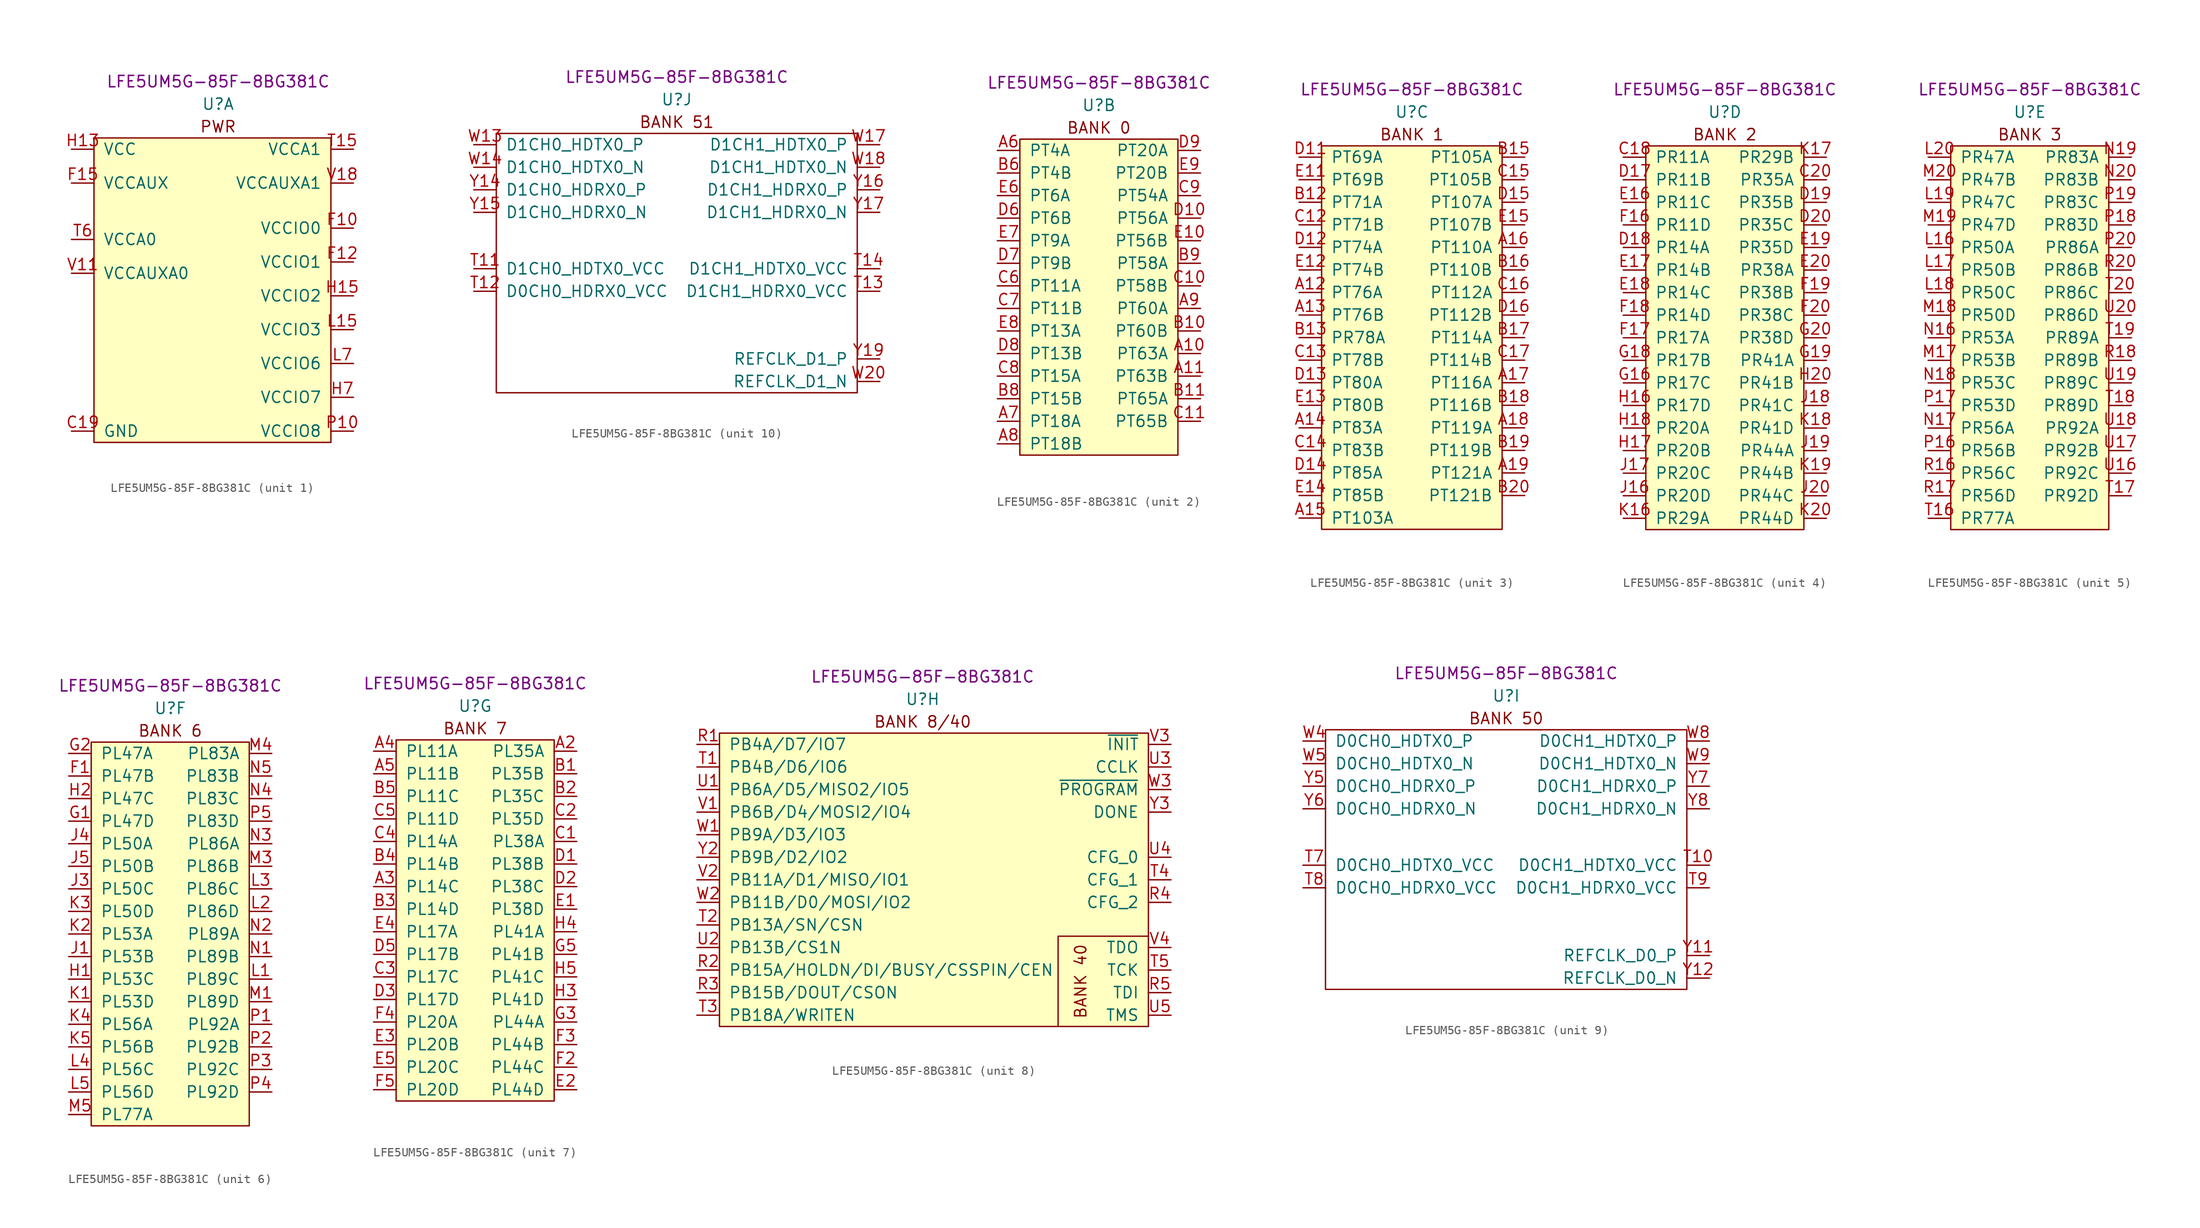
<source format=kicad_sym>
(kicad_symbol_lib
  (version 20211014)
  (generator kicad_symbol_editor)
  (symbol "LFE5UM5G-85F-8BG381C"
    (pin_names
      (offset 1.016))
    (property "Reference" "U"
      (at 0 6.35 0)
      (effects (font (size 1.27 1.27))))
    (property "Value" "LFE5UM5G-85F-8BG381C"
      (at 0 8.89 0)
      (effects (font (size 1.27 1.27))))
    (property "MPN" "LFE5UM5G-85F-8BG381C"
      (at 0 8.89 0)
      (effects (font (size 1.27 1.27))))
    (property "ki_locked" ""
      (at 0 0 0)
      (effects (font (size 1.27 1.27))))
    (symbol "LFE5UM5G-85F-8BG381C_1_0"
      (text "PWR" (at 0 3.81 0) (effects (font (size 1.27 1.27)))))
    (symbol "LFE5UM5G-85F-8BG381C_1_1"
      (rectangle (start -13.97 2.54) (end 12.7 -31.75) (stroke (width 0) (type default) (color 0 0 0 0)) (fill (type background)))
      (pin passive line (at -16.51 -30.48 0) (length 2.54) hide (name "GND" (effects (font (size 1.27 1.27)))) (number "B14" (effects (font (size 1.27 1.27)))))
      (pin passive line (at -16.51 -30.48 0) (length 2.54) hide (name "GND" (effects (font (size 1.27 1.27)))) (number "B7" (effects (font (size 1.27 1.27)))))
      (pin passive line (at -16.51 -30.48 0) (length 2.54) (name "GND" (effects (font (size 1.27 1.27)))) (number "C19" (effects (font (size 1.27 1.27)))))
      (pin passive line (at -16.51 -30.48 0) (length 2.54) hide (name "GND" (effects (font (size 1.27 1.27)))) (number "D4" (effects (font (size 1.27 1.27)))))
      (pin power_in line (at 15.24 -7.62 180) (length 2.54) (name "VCCIO0" (effects (font (size 1.27 1.27)))) (number "F10" (effects (font (size 1.27 1.27)))))
      (pin passive line (at 15.24 -11.43 180) (length 2.54) hide (name "VCCIO1" (effects (font (size 1.27 1.27)))) (number "F11" (effects (font (size 1.27 1.27)))))
      (pin power_in line (at 15.24 -11.43 180) (length 2.54) (name "VCCIO1" (effects (font (size 1.27 1.27)))) (number "F12" (effects (font (size 1.27 1.27)))))
      (pin passive line (at -16.51 -30.48 0) (length 2.54) hide (name "GND" (effects (font (size 1.27 1.27)))) (number "F13" (effects (font (size 1.27 1.27)))))
      (pin passive line (at -16.51 -30.48 0) (length 2.54) hide (name "GND" (effects (font (size 1.27 1.27)))) (number "F14" (effects (font (size 1.27 1.27)))))
      (pin power_in line (at -16.51 -2.54 0) (length 2.54) (name "VCCAUX" (effects (font (size 1.27 1.27)))) (number "F15" (effects (font (size 1.27 1.27)))))
      (pin passive line (at -16.51 -2.54 0) (length 2.54) hide (name "VCCAUX" (effects (font (size 1.27 1.27)))) (number "F6" (effects (font (size 1.27 1.27)))))
      (pin passive line (at -16.51 -30.48 0) (length 2.54) hide (name "GND" (effects (font (size 1.27 1.27)))) (number "F7" (effects (font (size 1.27 1.27)))))
      (pin passive line (at -16.51 -30.48 0) (length 2.54) hide (name "GND" (effects (font (size 1.27 1.27)))) (number "F8" (effects (font (size 1.27 1.27)))))
      (pin passive line (at 15.24 -7.62 180) (length 2.54) hide (name "VCCIO0" (effects (font (size 1.27 1.27)))) (number "F9" (effects (font (size 1.27 1.27)))))
      (pin passive line (at -16.51 -30.48 0) (length 2.54) hide (name "GND" (effects (font (size 1.27 1.27)))) (number "G10" (effects (font (size 1.27 1.27)))))
      (pin passive line (at -16.51 -30.48 0) (length 2.54) hide (name "GND" (effects (font (size 1.27 1.27)))) (number "G11" (effects (font (size 1.27 1.27)))))
      (pin passive line (at -16.51 -30.48 0) (length 2.54) hide (name "GND" (effects (font (size 1.27 1.27)))) (number "G12" (effects (font (size 1.27 1.27)))))
      (pin passive line (at -16.51 -30.48 0) (length 2.54) hide (name "GND" (effects (font (size 1.27 1.27)))) (number "G13" (effects (font (size 1.27 1.27)))))
      (pin passive line (at -16.51 -30.48 0) (length 2.54) hide (name "GND" (effects (font (size 1.27 1.27)))) (number "G14" (effects (font (size 1.27 1.27)))))
      (pin passive line (at -16.51 -30.48 0) (length 2.54) hide (name "GND" (effects (font (size 1.27 1.27)))) (number "G15" (effects (font (size 1.27 1.27)))))
      (pin passive line (at -16.51 -30.48 0) (length 2.54) hide (name "GND" (effects (font (size 1.27 1.27)))) (number "G17" (effects (font (size 1.27 1.27)))))
      (pin passive line (at -16.51 -30.48 0) (length 2.54) hide (name "GND" (effects (font (size 1.27 1.27)))) (number "G4" (effects (font (size 1.27 1.27)))))
      (pin passive line (at -16.51 -30.48 0) (length 2.54) hide (name "GND" (effects (font (size 1.27 1.27)))) (number "G6" (effects (font (size 1.27 1.27)))))
      (pin passive line (at -16.51 -30.48 0) (length 2.54) hide (name "GND" (effects (font (size 1.27 1.27)))) (number "G7" (effects (font (size 1.27 1.27)))))
      (pin passive line (at -16.51 -30.48 0) (length 2.54) hide (name "GND" (effects (font (size 1.27 1.27)))) (number "G8" (effects (font (size 1.27 1.27)))))
      (pin passive line (at -16.51 -30.48 0) (length 2.54) hide (name "GND" (effects (font (size 1.27 1.27)))) (number "G9" (effects (font (size 1.27 1.27)))))
      (pin passive line (at -16.51 1.27 0) (length 2.54) hide (name "VCC" (effects (font (size 1.27 1.27)))) (number "H10" (effects (font (size 1.27 1.27)))))
      (pin passive line (at -16.51 1.27 0) (length 2.54) hide (name "VCC" (effects (font (size 1.27 1.27)))) (number "H11" (effects (font (size 1.27 1.27)))))
      (pin passive line (at -16.51 1.27 0) (length 2.54) hide (name "VCC" (effects (font (size 1.27 1.27)))) (number "H12" (effects (font (size 1.27 1.27)))))
      (pin power_in line (at -16.51 1.27 0) (length 2.54) (name "VCC" (effects (font (size 1.27 1.27)))) (number "H13" (effects (font (size 1.27 1.27)))))
      (pin passive line (at 15.24 -15.24 180) (length 2.54) hide (name "VCCIO2" (effects (font (size 1.27 1.27)))) (number "H14" (effects (font (size 1.27 1.27)))))
      (pin power_in line (at 15.24 -15.24 180) (length 2.54) (name "VCCIO2" (effects (font (size 1.27 1.27)))) (number "H15" (effects (font (size 1.27 1.27)))))
      (pin passive line (at -16.51 -30.48 0) (length 2.54) hide (name "GND" (effects (font (size 1.27 1.27)))) (number "H19" (effects (font (size 1.27 1.27)))))
      (pin passive line (at 15.24 -26.67 180) (length 2.54) hide (name "VCCIO7" (effects (font (size 1.27 1.27)))) (number "H6" (effects (font (size 1.27 1.27)))))
      (pin power_in line (at 15.24 -26.67 180) (length 2.54) (name "VCCIO7" (effects (font (size 1.27 1.27)))) (number "H7" (effects (font (size 1.27 1.27)))))
      (pin passive line (at -16.51 1.27 0) (length 2.54) hide (name "VCC" (effects (font (size 1.27 1.27)))) (number "H8" (effects (font (size 1.27 1.27)))))
      (pin passive line (at -16.51 1.27 0) (length 2.54) hide (name "VCC" (effects (font (size 1.27 1.27)))) (number "H9" (effects (font (size 1.27 1.27)))))
      (pin passive line (at -16.51 -30.48 0) (length 2.54) hide (name "GND" (effects (font (size 1.27 1.27)))) (number "J10" (effects (font (size 1.27 1.27)))))
      (pin passive line (at -16.51 -30.48 0) (length 2.54) hide (name "GND" (effects (font (size 1.27 1.27)))) (number "J11" (effects (font (size 1.27 1.27)))))
      (pin passive line (at -16.51 -30.48 0) (length 2.54) hide (name "GND" (effects (font (size 1.27 1.27)))) (number "J12" (effects (font (size 1.27 1.27)))))
      (pin passive line (at -16.51 1.27 0) (length 2.54) hide (name "VCC" (effects (font (size 1.27 1.27)))) (number "J13" (effects (font (size 1.27 1.27)))))
      (pin passive line (at -16.51 -30.48 0) (length 2.54) hide (name "GND" (effects (font (size 1.27 1.27)))) (number "J14" (effects (font (size 1.27 1.27)))))
      (pin passive line (at 15.24 -15.24 180) (length 2.54) hide (name "VCCIO2" (effects (font (size 1.27 1.27)))) (number "J15" (effects (font (size 1.27 1.27)))))
      (pin passive line (at -16.51 -30.48 0) (length 2.54) hide (name "GND" (effects (font (size 1.27 1.27)))) (number "J2" (effects (font (size 1.27 1.27)))))
      (pin passive line (at 15.24 -26.67 180) (length 2.54) hide (name "VCCIO7" (effects (font (size 1.27 1.27)))) (number "J6" (effects (font (size 1.27 1.27)))))
      (pin passive line (at -16.51 -30.48 0) (length 2.54) hide (name "GND" (effects (font (size 1.27 1.27)))) (number "J7" (effects (font (size 1.27 1.27)))))
      (pin passive line (at -16.51 1.27 0) (length 2.54) hide (name "VCC" (effects (font (size 1.27 1.27)))) (number "J8" (effects (font (size 1.27 1.27)))))
      (pin passive line (at -16.51 -30.48 0) (length 2.54) hide (name "GND" (effects (font (size 1.27 1.27)))) (number "J9" (effects (font (size 1.27 1.27)))))
      (pin passive line (at -16.51 -30.48 0) (length 2.54) hide (name "GND" (effects (font (size 1.27 1.27)))) (number "K10" (effects (font (size 1.27 1.27)))))
      (pin passive line (at -16.51 -30.48 0) (length 2.54) hide (name "GND" (effects (font (size 1.27 1.27)))) (number "K11" (effects (font (size 1.27 1.27)))))
      (pin passive line (at -16.51 -30.48 0) (length 2.54) hide (name "GND" (effects (font (size 1.27 1.27)))) (number "K12" (effects (font (size 1.27 1.27)))))
      (pin passive line (at -16.51 1.27 0) (length 2.54) hide (name "VCC" (effects (font (size 1.27 1.27)))) (number "K13" (effects (font (size 1.27 1.27)))))
      (pin passive line (at -16.51 -30.48 0) (length 2.54) hide (name "GND" (effects (font (size 1.27 1.27)))) (number "K14" (effects (font (size 1.27 1.27)))))
      (pin passive line (at -16.51 -30.48 0) (length 2.54) hide (name "GND" (effects (font (size 1.27 1.27)))) (number "K15" (effects (font (size 1.27 1.27)))))
      (pin passive line (at -16.51 -30.48 0) (length 2.54) hide (name "GND" (effects (font (size 1.27 1.27)))) (number "K6" (effects (font (size 1.27 1.27)))))
      (pin passive line (at -16.51 -30.48 0) (length 2.54) hide (name "GND" (effects (font (size 1.27 1.27)))) (number "K7" (effects (font (size 1.27 1.27)))))
      (pin passive line (at -16.51 1.27 0) (length 2.54) hide (name "VCC" (effects (font (size 1.27 1.27)))) (number "K8" (effects (font (size 1.27 1.27)))))
      (pin passive line (at -16.51 -30.48 0) (length 2.54) hide (name "GND" (effects (font (size 1.27 1.27)))) (number "K9" (effects (font (size 1.27 1.27)))))
      (pin passive line (at -16.51 -30.48 0) (length 2.54) hide (name "GND" (effects (font (size 1.27 1.27)))) (number "L10" (effects (font (size 1.27 1.27)))))
      (pin passive line (at -16.51 -30.48 0) (length 2.54) hide (name "GND" (effects (font (size 1.27 1.27)))) (number "L11" (effects (font (size 1.27 1.27)))))
      (pin passive line (at -16.51 -30.48 0) (length 2.54) hide (name "GND" (effects (font (size 1.27 1.27)))) (number "L12" (effects (font (size 1.27 1.27)))))
      (pin passive line (at -16.51 1.27 0) (length 2.54) hide (name "VCC" (effects (font (size 1.27 1.27)))) (number "L13" (effects (font (size 1.27 1.27)))))
      (pin passive line (at 15.24 -19.05 180) (length 2.54) hide (name "VCCIO3" (effects (font (size 1.27 1.27)))) (number "L14" (effects (font (size 1.27 1.27)))))
      (pin power_in line (at 15.24 -19.05 180) (length 2.54) (name "VCCIO3" (effects (font (size 1.27 1.27)))) (number "L15" (effects (font (size 1.27 1.27)))))
      (pin passive line (at 15.24 -22.86 180) (length 2.54) hide (name "VCCIO6" (effects (font (size 1.27 1.27)))) (number "L6" (effects (font (size 1.27 1.27)))))
      (pin power_in line (at 15.24 -22.86 180) (length 2.54) (name "VCCIO6" (effects (font (size 1.27 1.27)))) (number "L7" (effects (font (size 1.27 1.27)))))
      (pin passive line (at -16.51 1.27 0) (length 2.54) hide (name "VCC" (effects (font (size 1.27 1.27)))) (number "L8" (effects (font (size 1.27 1.27)))))
      (pin passive line (at -16.51 -30.48 0) (length 2.54) hide (name "GND" (effects (font (size 1.27 1.27)))) (number "L9" (effects (font (size 1.27 1.27)))))
      (pin passive line (at -16.51 -30.48 0) (length 2.54) hide (name "GND" (effects (font (size 1.27 1.27)))) (number "M10" (effects (font (size 1.27 1.27)))))
      (pin passive line (at -16.51 -30.48 0) (length 2.54) hide (name "GND" (effects (font (size 1.27 1.27)))) (number "M11" (effects (font (size 1.27 1.27)))))
      (pin passive line (at -16.51 -30.48 0) (length 2.54) hide (name "GND" (effects (font (size 1.27 1.27)))) (number "M12" (effects (font (size 1.27 1.27)))))
      (pin passive line (at -16.51 1.27 0) (length 2.54) hide (name "VCC" (effects (font (size 1.27 1.27)))) (number "M13" (effects (font (size 1.27 1.27)))))
      (pin passive line (at -16.51 -30.48 0) (length 2.54) hide (name "GND" (effects (font (size 1.27 1.27)))) (number "M14" (effects (font (size 1.27 1.27)))))
      (pin passive line (at 15.24 -19.05 180) (length 2.54) hide (name "VCCIO3" (effects (font (size 1.27 1.27)))) (number "M15" (effects (font (size 1.27 1.27)))))
      (pin passive line (at -16.51 -30.48 0) (length 2.54) hide (name "GND" (effects (font (size 1.27 1.27)))) (number "M16" (effects (font (size 1.27 1.27)))))
      (pin passive line (at -16.51 -30.48 0) (length 2.54) hide (name "GND" (effects (font (size 1.27 1.27)))) (number "M2" (effects (font (size 1.27 1.27)))))
      (pin passive line (at 15.24 -22.86 180) (length 2.54) hide (name "VCCIO6" (effects (font (size 1.27 1.27)))) (number "M6" (effects (font (size 1.27 1.27)))))
      (pin passive line (at -16.51 -30.48 0) (length 2.54) hide (name "GND" (effects (font (size 1.27 1.27)))) (number "M7" (effects (font (size 1.27 1.27)))))
      (pin passive line (at -16.51 1.27 0) (length 2.54) hide (name "VCC" (effects (font (size 1.27 1.27)))) (number "M8" (effects (font (size 1.27 1.27)))))
      (pin passive line (at -16.51 -30.48 0) (length 2.54) hide (name "GND" (effects (font (size 1.27 1.27)))) (number "M9" (effects (font (size 1.27 1.27)))))
      (pin passive line (at -16.51 1.27 0) (length 2.54) hide (name "VCC" (effects (font (size 1.27 1.27)))) (number "N10" (effects (font (size 1.27 1.27)))))
      (pin passive line (at -16.51 1.27 0) (length 2.54) hide (name "VCC" (effects (font (size 1.27 1.27)))) (number "N11" (effects (font (size 1.27 1.27)))))
      (pin passive line (at -16.51 1.27 0) (length 2.54) hide (name "VCC" (effects (font (size 1.27 1.27)))) (number "N12" (effects (font (size 1.27 1.27)))))
      (pin passive line (at -16.51 1.27 0) (length 2.54) hide (name "VCC" (effects (font (size 1.27 1.27)))) (number "N13" (effects (font (size 1.27 1.27)))))
      (pin passive line (at -16.51 -30.48 0) (length 2.54) hide (name "GND" (effects (font (size 1.27 1.27)))) (number "N14" (effects (font (size 1.27 1.27)))))
      (pin passive line (at -16.51 -30.48 0) (length 2.54) hide (name "GND" (effects (font (size 1.27 1.27)))) (number "N15" (effects (font (size 1.27 1.27)))))
      (pin passive line (at -16.51 -30.48 0) (length 2.54) hide (name "GND" (effects (font (size 1.27 1.27)))) (number "N6" (effects (font (size 1.27 1.27)))))
      (pin passive line (at -16.51 -30.48 0) (length 2.54) hide (name "GND" (effects (font (size 1.27 1.27)))) (number "N7" (effects (font (size 1.27 1.27)))))
      (pin passive line (at -16.51 1.27 0) (length 2.54) hide (name "VCC" (effects (font (size 1.27 1.27)))) (number "N8" (effects (font (size 1.27 1.27)))))
      (pin passive line (at -16.51 1.27 0) (length 2.54) hide (name "VCC" (effects (font (size 1.27 1.27)))) (number "N9" (effects (font (size 1.27 1.27)))))
      (pin power_in line (at 15.24 -30.48 180) (length 2.54) (name "VCCIO8" (effects (font (size 1.27 1.27)))) (number "P10" (effects (font (size 1.27 1.27)))))
      (pin passive line (at -16.51 -30.48 0) (length 2.54) hide (name "GND" (effects (font (size 1.27 1.27)))) (number "P11" (effects (font (size 1.27 1.27)))))
      (pin passive line (at -16.51 -30.48 0) (length 2.54) hide (name "GND" (effects (font (size 1.27 1.27)))) (number "P12" (effects (font (size 1.27 1.27)))))
      (pin passive line (at -16.51 -30.48 0) (length 2.54) hide (name "GND" (effects (font (size 1.27 1.27)))) (number "P13" (effects (font (size 1.27 1.27)))))
      (pin passive line (at -16.51 -30.48 0) (length 2.54) hide (name "GND" (effects (font (size 1.27 1.27)))) (number "P14" (effects (font (size 1.27 1.27)))))
      (pin passive line (at -16.51 -2.54 0) (length 2.54) hide (name "VCCAUX" (effects (font (size 1.27 1.27)))) (number "P15" (effects (font (size 1.27 1.27)))))
      (pin passive line (at -16.51 -2.54 0) (length 2.54) hide (name "VCCAUX" (effects (font (size 1.27 1.27)))) (number "P6" (effects (font (size 1.27 1.27)))))
      (pin passive line (at -16.51 -30.48 0) (length 2.54) hide (name "GND" (effects (font (size 1.27 1.27)))) (number "P7" (effects (font (size 1.27 1.27)))))
      (pin passive line (at -16.51 -30.48 0) (length 2.54) hide (name "GND" (effects (font (size 1.27 1.27)))) (number "P8" (effects (font (size 1.27 1.27)))))
      (pin passive line (at 15.24 -30.48 180) (length 2.54) hide (name "VCCIO8" (effects (font (size 1.27 1.27)))) (number "P9" (effects (font (size 1.27 1.27)))))
      (pin passive line (at -16.51 -30.48 0) (length 2.54) hide (name "GND" (effects (font (size 1.27 1.27)))) (number "R19" (effects (font (size 1.27 1.27)))))
      (pin power_in line (at 15.24 1.27 180) (length 2.54) (name "VCCA1" (effects (font (size 1.27 1.27)))) (number "T15" (effects (font (size 1.27 1.27)))))
      (pin power_in line (at -16.51 -8.89 0) (length 2.54) (name "VCCA0" (effects (font (size 1.27 1.27)))) (number "T6" (effects (font (size 1.27 1.27)))))
      (pin passive line (at -16.51 -30.48 0) (length 2.54) hide (name "GND" (effects (font (size 1.27 1.27)))) (number "U10" (effects (font (size 1.27 1.27)))))
      (pin passive line (at -16.51 -30.48 0) (length 2.54) hide (name "GND" (effects (font (size 1.27 1.27)))) (number "U11" (effects (font (size 1.27 1.27)))))
      (pin passive line (at -16.51 -30.48 0) (length 2.54) hide (name "GND" (effects (font (size 1.27 1.27)))) (number "U12" (effects (font (size 1.27 1.27)))))
      (pin passive line (at -16.51 -30.48 0) (length 2.54) hide (name "GND" (effects (font (size 1.27 1.27)))) (number "U13" (effects (font (size 1.27 1.27)))))
      (pin passive line (at -16.51 -30.48 0) (length 2.54) hide (name "GND" (effects (font (size 1.27 1.27)))) (number "U14" (effects (font (size 1.27 1.27)))))
      (pin passive line (at 15.24 1.27 180) (length 2.54) hide (name "VCCA1" (effects (font (size 1.27 1.27)))) (number "U15" (effects (font (size 1.27 1.27)))))
      (pin passive line (at -16.51 -8.89 0) (length 2.54) hide (name "VCCA0" (effects (font (size 1.27 1.27)))) (number "U6" (effects (font (size 1.27 1.27)))))
      (pin passive line (at -16.51 -30.48 0) (length 2.54) hide (name "GND" (effects (font (size 1.27 1.27)))) (number "U7" (effects (font (size 1.27 1.27)))))
      (pin passive line (at -16.51 -30.48 0) (length 2.54) hide (name "GND" (effects (font (size 1.27 1.27)))) (number "U8" (effects (font (size 1.27 1.27)))))
      (pin passive line (at -16.51 -30.48 0) (length 2.54) hide (name "GND" (effects (font (size 1.27 1.27)))) (number "U9" (effects (font (size 1.27 1.27)))))
      (pin passive line (at -16.51 -12.7 0) (length 2.54) hide (name "VCCAUXA0" (effects (font (size 1.27 1.27)))) (number "V10" (effects (font (size 1.27 1.27)))))
      (pin power_in line (at -16.51 -12.7 0) (length 2.54) (name "VCCAUXA0" (effects (font (size 1.27 1.27)))) (number "V11" (effects (font (size 1.27 1.27)))))
      (pin passive line (at -16.51 -30.48 0) (length 2.54) hide (name "GND" (effects (font (size 1.27 1.27)))) (number "V12" (effects (font (size 1.27 1.27)))))
      (pin passive line (at -16.51 -30.48 0) (length 2.54) hide (name "GND" (effects (font (size 1.27 1.27)))) (number "V13" (effects (font (size 1.27 1.27)))))
      (pin passive line (at -16.51 -30.48 0) (length 2.54) hide (name "GND" (effects (font (size 1.27 1.27)))) (number "V14" (effects (font (size 1.27 1.27)))))
      (pin passive line (at -16.51 -30.48 0) (length 2.54) hide (name "GND" (effects (font (size 1.27 1.27)))) (number "V15" (effects (font (size 1.27 1.27)))))
      (pin passive line (at -16.51 -30.48 0) (length 2.54) hide (name "GND" (effects (font (size 1.27 1.27)))) (number "V16" (effects (font (size 1.27 1.27)))))
      (pin passive line (at 15.24 -2.54 180) (length 2.54) hide (name "VCCAUXA1" (effects (font (size 1.27 1.27)))) (number "V17" (effects (font (size 1.27 1.27)))))
      (pin power_in line (at 15.24 -2.54 180) (length 2.54) (name "VCCAUXA1" (effects (font (size 1.27 1.27)))) (number "V18" (effects (font (size 1.27 1.27)))))
      (pin passive line (at -16.51 -30.48 0) (length 2.54) hide (name "GND" (effects (font (size 1.27 1.27)))) (number "V19" (effects (font (size 1.27 1.27)))))
      (pin passive line (at -16.51 -30.48 0) (length 2.54) hide (name "GND" (effects (font (size 1.27 1.27)))) (number "V20" (effects (font (size 1.27 1.27)))))
      (pin passive line (at -16.51 -30.48 0) (length 2.54) hide (name "GND" (effects (font (size 1.27 1.27)))) (number "V5" (effects (font (size 1.27 1.27)))))
      (pin passive line (at -16.51 -30.48 0) (length 2.54) hide (name "GND" (effects (font (size 1.27 1.27)))) (number "V6" (effects (font (size 1.27 1.27)))))
      (pin passive line (at -16.51 -30.48 0) (length 2.54) hide (name "GND" (effects (font (size 1.27 1.27)))) (number "V7" (effects (font (size 1.27 1.27)))))
      (pin passive line (at -16.51 -30.48 0) (length 2.54) hide (name "GND" (effects (font (size 1.27 1.27)))) (number "V8" (effects (font (size 1.27 1.27)))))
      (pin passive line (at -16.51 -30.48 0) (length 2.54) hide (name "GND" (effects (font (size 1.27 1.27)))) (number "V9" (effects (font (size 1.27 1.27)))))
      (pin no_connect non_logic (at -16.51 -22.86 0) (length 2.54) hide (name "RESERVED" (effects (font (size 1.27 1.27)))) (number "W10" (effects (font (size 1.27 1.27)))))
      (pin no_connect non_logic (at -16.51 -20.32 0) (length 2.54) hide (name "RESERVED" (effects (font (size 1.27 1.27)))) (number "W11" (effects (font (size 1.27 1.27)))))
      (pin passive line (at -16.51 -30.48 0) (length 2.54) hide (name "GND" (effects (font (size 1.27 1.27)))) (number "W12" (effects (font (size 1.27 1.27)))))
      (pin passive line (at -16.51 -30.48 0) (length 2.54) hide (name "GND" (effects (font (size 1.27 1.27)))) (number "W15" (effects (font (size 1.27 1.27)))))
      (pin passive line (at -16.51 -30.48 0) (length 2.54) hide (name "GND" (effects (font (size 1.27 1.27)))) (number "W16" (effects (font (size 1.27 1.27)))))
      (pin passive line (at -16.51 -30.48 0) (length 2.54) hide (name "GND" (effects (font (size 1.27 1.27)))) (number "W19" (effects (font (size 1.27 1.27)))))
      (pin passive line (at -16.51 -30.48 0) (length 2.54) hide (name "GND" (effects (font (size 1.27 1.27)))) (number "W6" (effects (font (size 1.27 1.27)))))
      (pin passive line (at -16.51 -30.48 0) (length 2.54) hide (name "GND" (effects (font (size 1.27 1.27)))) (number "W7" (effects (font (size 1.27 1.27))))))
    (symbol "LFE5UM5G-85F-8BG381C_2_0"
      (rectangle (start -8.89 2.54) (end 8.89 -33.02) (stroke (width 0) (type default) (color 0 0 0 0)) (fill (type background)))
      (text "BANK 0" (at 0 3.81 0) (effects (font (size 1.27 1.27)))))
    (symbol "LFE5UM5G-85F-8BG381C_2_1"
      (pin bidirectional line (at 11.43 -21.59 180) (length 2.54) (name "PT63A" (effects (font (size 1.27 1.27)))) (number "A10" (effects (font (size 1.27 1.27)))))
      (pin bidirectional line (at 11.43 -24.13 180) (length 2.54) (name "PT63B" (effects (font (size 1.27 1.27)))) (number "A11" (effects (font (size 1.27 1.27)))))
      (pin bidirectional line (at -11.43 1.27 0) (length 2.54) (name "PT4A" (effects (font (size 1.27 1.27)))) (number "A6" (effects (font (size 1.27 1.27)))))
      (pin bidirectional line (at -11.43 -29.21 0) (length 2.54) (name "PT18A" (effects (font (size 1.27 1.27)))) (number "A7" (effects (font (size 1.27 1.27)))))
      (pin bidirectional line (at -11.43 -31.75 0) (length 2.54) (name "PT18B" (effects (font (size 1.27 1.27)))) (number "A8" (effects (font (size 1.27 1.27)))))
      (pin bidirectional line (at 11.43 -16.51 180) (length 2.54) (name "PT60A" (effects (font (size 1.27 1.27)))) (number "A9" (effects (font (size 1.27 1.27)))))
      (pin bidirectional line (at 11.43 -19.05 180) (length 2.54) (name "PT60B" (effects (font (size 1.27 1.27)))) (number "B10" (effects (font (size 1.27 1.27)))))
      (pin bidirectional line (at 11.43 -26.67 180) (length 2.54) (name "PT65A" (effects (font (size 1.27 1.27)))) (number "B11" (effects (font (size 1.27 1.27)))))
      (pin bidirectional line (at -11.43 -1.27 0) (length 2.54) (name "PT4B" (effects (font (size 1.27 1.27)))) (number "B6" (effects (font (size 1.27 1.27)))))
      (pin bidirectional line (at -11.43 -26.67 0) (length 2.54) (name "PT15B" (effects (font (size 1.27 1.27)))) (number "B8" (effects (font (size 1.27 1.27)))))
      (pin bidirectional line (at 11.43 -11.43 180) (length 2.54) (name "PT58A" (effects (font (size 1.27 1.27)))) (number "B9" (effects (font (size 1.27 1.27)))))
      (pin bidirectional line (at 11.43 -13.97 180) (length 2.54) (name "PT58B" (effects (font (size 1.27 1.27)))) (number "C10" (effects (font (size 1.27 1.27)))))
      (pin bidirectional line (at 11.43 -29.21 180) (length 2.54) (name "PT65B" (effects (font (size 1.27 1.27)))) (number "C11" (effects (font (size 1.27 1.27)))))
      (pin bidirectional line (at -11.43 -13.97 0) (length 2.54) (name "PT11A" (effects (font (size 1.27 1.27)))) (number "C6" (effects (font (size 1.27 1.27)))))
      (pin bidirectional line (at -11.43 -16.51 0) (length 2.54) (name "PT11B" (effects (font (size 1.27 1.27)))) (number "C7" (effects (font (size 1.27 1.27)))))
      (pin bidirectional line (at -11.43 -24.13 0) (length 2.54) (name "PT15A" (effects (font (size 1.27 1.27)))) (number "C8" (effects (font (size 1.27 1.27)))))
      (pin bidirectional line (at 11.43 -3.81 180) (length 2.54) (name "PT54A" (effects (font (size 1.27 1.27)))) (number "C9" (effects (font (size 1.27 1.27)))))
      (pin bidirectional line (at 11.43 -6.35 180) (length 2.54) (name "PT56A" (effects (font (size 1.27 1.27)))) (number "D10" (effects (font (size 1.27 1.27)))))
      (pin bidirectional line (at -11.43 -6.35 0) (length 2.54) (name "PT6B" (effects (font (size 1.27 1.27)))) (number "D6" (effects (font (size 1.27 1.27)))))
      (pin bidirectional line (at -11.43 -11.43 0) (length 2.54) (name "PT9B" (effects (font (size 1.27 1.27)))) (number "D7" (effects (font (size 1.27 1.27)))))
      (pin bidirectional line (at -11.43 -21.59 0) (length 2.54) (name "PT13B" (effects (font (size 1.27 1.27)))) (number "D8" (effects (font (size 1.27 1.27)))))
      (pin bidirectional line (at 11.43 1.27 180) (length 2.54) (name "PT20A" (effects (font (size 1.27 1.27)))) (number "D9" (effects (font (size 1.27 1.27)))))
      (pin bidirectional line (at 11.43 -8.89 180) (length 2.54) (name "PT56B" (effects (font (size 1.27 1.27)))) (number "E10" (effects (font (size 1.27 1.27)))))
      (pin bidirectional line (at -11.43 -3.81 0) (length 2.54) (name "PT6A" (effects (font (size 1.27 1.27)))) (number "E6" (effects (font (size 1.27 1.27)))))
      (pin bidirectional line (at -11.43 -8.89 0) (length 2.54) (name "PT9A" (effects (font (size 1.27 1.27)))) (number "E7" (effects (font (size 1.27 1.27)))))
      (pin bidirectional line (at -11.43 -19.05 0) (length 2.54) (name "PT13A" (effects (font (size 1.27 1.27)))) (number "E8" (effects (font (size 1.27 1.27)))))
      (pin bidirectional line (at 11.43 -1.27 180) (length 2.54) (name "PT20B" (effects (font (size 1.27 1.27)))) (number "E9" (effects (font (size 1.27 1.27))))))
    (symbol "LFE5UM5G-85F-8BG381C_3_0"
      (rectangle (start -10.16 2.54) (end 10.16 -40.64) (stroke (width 0) (type default) (color 0 0 0 0)) (fill (type background)))
      (text "BANK 1" (at 0 3.81 0) (effects (font (size 1.27 1.27)))))
    (symbol "LFE5UM5G-85F-8BG381C_3_1"
      (pin bidirectional line (at -12.7 -13.97 0) (length 2.54) (name "PT76A" (effects (font (size 1.27 1.27)))) (number "A12" (effects (font (size 1.27 1.27)))))
      (pin bidirectional line (at -12.7 -16.51 0) (length 2.54) (name "PT76B" (effects (font (size 1.27 1.27)))) (number "A13" (effects (font (size 1.27 1.27)))))
      (pin bidirectional line (at -12.7 -29.21 0) (length 2.54) (name "PT83A" (effects (font (size 1.27 1.27)))) (number "A14" (effects (font (size 1.27 1.27)))))
      (pin bidirectional line (at -12.7 -39.37 0) (length 2.54) (name "PT103A" (effects (font (size 1.27 1.27)))) (number "A15" (effects (font (size 1.27 1.27)))))
      (pin bidirectional line (at 12.7 -8.89 180) (length 2.54) (name "PT110A" (effects (font (size 1.27 1.27)))) (number "A16" (effects (font (size 1.27 1.27)))))
      (pin bidirectional line (at 12.7 -24.13 180) (length 2.54) (name "PT116A" (effects (font (size 1.27 1.27)))) (number "A17" (effects (font (size 1.27 1.27)))))
      (pin bidirectional line (at 12.7 -29.21 180) (length 2.54) (name "PT119A" (effects (font (size 1.27 1.27)))) (number "A18" (effects (font (size 1.27 1.27)))))
      (pin bidirectional line (at 12.7 -34.29 180) (length 2.54) (name "PT121A" (effects (font (size 1.27 1.27)))) (number "A19" (effects (font (size 1.27 1.27)))))
      (pin bidirectional line (at -12.7 -3.81 0) (length 2.54) (name "PT71A" (effects (font (size 1.27 1.27)))) (number "B12" (effects (font (size 1.27 1.27)))))
      (pin bidirectional line (at -12.7 -19.05 0) (length 2.54) (name "PR78A" (effects (font (size 1.27 1.27)))) (number "B13" (effects (font (size 1.27 1.27)))))
      (pin bidirectional line (at 12.7 1.27 180) (length 2.54) (name "PT105A" (effects (font (size 1.27 1.27)))) (number "B15" (effects (font (size 1.27 1.27)))))
      (pin bidirectional line (at 12.7 -11.43 180) (length 2.54) (name "PT110B" (effects (font (size 1.27 1.27)))) (number "B16" (effects (font (size 1.27 1.27)))))
      (pin bidirectional line (at 12.7 -19.05 180) (length 2.54) (name "PT114A" (effects (font (size 1.27 1.27)))) (number "B17" (effects (font (size 1.27 1.27)))))
      (pin bidirectional line (at 12.7 -26.67 180) (length 2.54) (name "PT116B" (effects (font (size 1.27 1.27)))) (number "B18" (effects (font (size 1.27 1.27)))))
      (pin bidirectional line (at 12.7 -31.75 180) (length 2.54) (name "PT119B" (effects (font (size 1.27 1.27)))) (number "B19" (effects (font (size 1.27 1.27)))))
      (pin bidirectional line (at 12.7 -36.83 180) (length 2.54) (name "PT121B" (effects (font (size 1.27 1.27)))) (number "B20" (effects (font (size 1.27 1.27)))))
      (pin bidirectional line (at -12.7 -6.35 0) (length 2.54) (name "PT71B" (effects (font (size 1.27 1.27)))) (number "C12" (effects (font (size 1.27 1.27)))))
      (pin bidirectional line (at -12.7 -21.59 0) (length 2.54) (name "PT78B" (effects (font (size 1.27 1.27)))) (number "C13" (effects (font (size 1.27 1.27)))))
      (pin bidirectional line (at -12.7 -31.75 0) (length 2.54) (name "PT83B" (effects (font (size 1.27 1.27)))) (number "C14" (effects (font (size 1.27 1.27)))))
      (pin bidirectional line (at 12.7 -1.27 180) (length 2.54) (name "PT105B" (effects (font (size 1.27 1.27)))) (number "C15" (effects (font (size 1.27 1.27)))))
      (pin bidirectional line (at 12.7 -13.97 180) (length 2.54) (name "PT112A" (effects (font (size 1.27 1.27)))) (number "C16" (effects (font (size 1.27 1.27)))))
      (pin bidirectional line (at 12.7 -21.59 180) (length 2.54) (name "PT114B" (effects (font (size 1.27 1.27)))) (number "C17" (effects (font (size 1.27 1.27)))))
      (pin bidirectional line (at -12.7 1.27 0) (length 2.54) (name "PT69A" (effects (font (size 1.27 1.27)))) (number "D11" (effects (font (size 1.27 1.27)))))
      (pin bidirectional line (at -12.7 -8.89 0) (length 2.54) (name "PT74A" (effects (font (size 1.27 1.27)))) (number "D12" (effects (font (size 1.27 1.27)))))
      (pin bidirectional line (at -12.7 -24.13 0) (length 2.54) (name "PT80A" (effects (font (size 1.27 1.27)))) (number "D13" (effects (font (size 1.27 1.27)))))
      (pin bidirectional line (at -12.7 -34.29 0) (length 2.54) (name "PT85A" (effects (font (size 1.27 1.27)))) (number "D14" (effects (font (size 1.27 1.27)))))
      (pin bidirectional line (at 12.7 -3.81 180) (length 2.54) (name "PT107A" (effects (font (size 1.27 1.27)))) (number "D15" (effects (font (size 1.27 1.27)))))
      (pin bidirectional line (at 12.7 -16.51 180) (length 2.54) (name "PT112B" (effects (font (size 1.27 1.27)))) (number "D16" (effects (font (size 1.27 1.27)))))
      (pin bidirectional line (at -12.7 -1.27 0) (length 2.54) (name "PT69B" (effects (font (size 1.27 1.27)))) (number "E11" (effects (font (size 1.27 1.27)))))
      (pin bidirectional line (at -12.7 -11.43 0) (length 2.54) (name "PT74B" (effects (font (size 1.27 1.27)))) (number "E12" (effects (font (size 1.27 1.27)))))
      (pin bidirectional line (at -12.7 -26.67 0) (length 2.54) (name "PT80B" (effects (font (size 1.27 1.27)))) (number "E13" (effects (font (size 1.27 1.27)))))
      (pin bidirectional line (at -12.7 -36.83 0) (length 2.54) (name "PT85B" (effects (font (size 1.27 1.27)))) (number "E14" (effects (font (size 1.27 1.27)))))
      (pin bidirectional line (at 12.7 -6.35 180) (length 2.54) (name "PT107B" (effects (font (size 1.27 1.27)))) (number "E15" (effects (font (size 1.27 1.27))))))
    (symbol "LFE5UM5G-85F-8BG381C_4_0"
      (rectangle (start -8.89 2.54) (end 8.89 -40.64) (stroke (width 0) (type default) (color 0 0 0 0)) (fill (type background)))
      (text "BANK 2" (at 0 3.81 0) (effects (font (size 1.27 1.27)))))
    (symbol "LFE5UM5G-85F-8BG381C_4_1"
      (pin bidirectional line (at -11.43 1.27 0) (length 2.54) (name "PR11A" (effects (font (size 1.27 1.27)))) (number "C18" (effects (font (size 1.27 1.27)))))
      (pin bidirectional line (at 11.43 -1.27 180) (length 2.54) (name "PR35A" (effects (font (size 1.27 1.27)))) (number "C20" (effects (font (size 1.27 1.27)))))
      (pin bidirectional line (at -11.43 -1.27 0) (length 2.54) (name "PR11B" (effects (font (size 1.27 1.27)))) (number "D17" (effects (font (size 1.27 1.27)))))
      (pin bidirectional line (at -11.43 -8.89 0) (length 2.54) (name "PR14A" (effects (font (size 1.27 1.27)))) (number "D18" (effects (font (size 1.27 1.27)))))
      (pin bidirectional line (at 11.43 -3.81 180) (length 2.54) (name "PR35B" (effects (font (size 1.27 1.27)))) (number "D19" (effects (font (size 1.27 1.27)))))
      (pin bidirectional line (at 11.43 -6.35 180) (length 2.54) (name "PR35C" (effects (font (size 1.27 1.27)))) (number "D20" (effects (font (size 1.27 1.27)))))
      (pin bidirectional line (at -11.43 -3.81 0) (length 2.54) (name "PR11C" (effects (font (size 1.27 1.27)))) (number "E16" (effects (font (size 1.27 1.27)))))
      (pin bidirectional line (at -11.43 -11.43 0) (length 2.54) (name "PR14B" (effects (font (size 1.27 1.27)))) (number "E17" (effects (font (size 1.27 1.27)))))
      (pin bidirectional line (at -11.43 -13.97 0) (length 2.54) (name "PR14C" (effects (font (size 1.27 1.27)))) (number "E18" (effects (font (size 1.27 1.27)))))
      (pin bidirectional line (at 11.43 -8.89 180) (length 2.54) (name "PR35D" (effects (font (size 1.27 1.27)))) (number "E19" (effects (font (size 1.27 1.27)))))
      (pin bidirectional line (at 11.43 -11.43 180) (length 2.54) (name "PR38A" (effects (font (size 1.27 1.27)))) (number "E20" (effects (font (size 1.27 1.27)))))
      (pin bidirectional line (at -11.43 -6.35 0) (length 2.54) (name "PR11D" (effects (font (size 1.27 1.27)))) (number "F16" (effects (font (size 1.27 1.27)))))
      (pin bidirectional line (at -11.43 -19.05 0) (length 2.54) (name "PR17A" (effects (font (size 1.27 1.27)))) (number "F17" (effects (font (size 1.27 1.27)))))
      (pin bidirectional line (at -11.43 -16.51 0) (length 2.54) (name "PR14D" (effects (font (size 1.27 1.27)))) (number "F18" (effects (font (size 1.27 1.27)))))
      (pin bidirectional line (at 11.43 -13.97 180) (length 2.54) (name "PR38B" (effects (font (size 1.27 1.27)))) (number "F19" (effects (font (size 1.27 1.27)))))
      (pin bidirectional line (at 11.43 -16.51 180) (length 2.54) (name "PR38C" (effects (font (size 1.27 1.27)))) (number "F20" (effects (font (size 1.27 1.27)))))
      (pin bidirectional line (at -11.43 -24.13 0) (length 2.54) (name "PR17C" (effects (font (size 1.27 1.27)))) (number "G16" (effects (font (size 1.27 1.27)))))
      (pin bidirectional line (at -11.43 -21.59 0) (length 2.54) (name "PR17B" (effects (font (size 1.27 1.27)))) (number "G18" (effects (font (size 1.27 1.27)))))
      (pin bidirectional line (at 11.43 -21.59 180) (length 2.54) (name "PR41A" (effects (font (size 1.27 1.27)))) (number "G19" (effects (font (size 1.27 1.27)))))
      (pin bidirectional line (at 11.43 -19.05 180) (length 2.54) (name "PR38D" (effects (font (size 1.27 1.27)))) (number "G20" (effects (font (size 1.27 1.27)))))
      (pin bidirectional line (at -11.43 -26.67 0) (length 2.54) (name "PR17D" (effects (font (size 1.27 1.27)))) (number "H16" (effects (font (size 1.27 1.27)))))
      (pin bidirectional line (at -11.43 -31.75 0) (length 2.54) (name "PR20B" (effects (font (size 1.27 1.27)))) (number "H17" (effects (font (size 1.27 1.27)))))
      (pin bidirectional line (at -11.43 -29.21 0) (length 2.54) (name "PR20A" (effects (font (size 1.27 1.27)))) (number "H18" (effects (font (size 1.27 1.27)))))
      (pin bidirectional line (at 11.43 -24.13 180) (length 2.54) (name "PR41B" (effects (font (size 1.27 1.27)))) (number "H20" (effects (font (size 1.27 1.27)))))
      (pin bidirectional line (at -11.43 -36.83 0) (length 2.54) (name "PR20D" (effects (font (size 1.27 1.27)))) (number "J16" (effects (font (size 1.27 1.27)))))
      (pin bidirectional line (at -11.43 -34.29 0) (length 2.54) (name "PR20C" (effects (font (size 1.27 1.27)))) (number "J17" (effects (font (size 1.27 1.27)))))
      (pin bidirectional line (at 11.43 -26.67 180) (length 2.54) (name "PR41C" (effects (font (size 1.27 1.27)))) (number "J18" (effects (font (size 1.27 1.27)))))
      (pin bidirectional line (at 11.43 -31.75 180) (length 2.54) (name "PR44A" (effects (font (size 1.27 1.27)))) (number "J19" (effects (font (size 1.27 1.27)))))
      (pin bidirectional line (at 11.43 -36.83 180) (length 2.54) (name "PR44C" (effects (font (size 1.27 1.27)))) (number "J20" (effects (font (size 1.27 1.27)))))
      (pin bidirectional line (at -11.43 -39.37 0) (length 2.54) (name "PR29A" (effects (font (size 1.27 1.27)))) (number "K16" (effects (font (size 1.27 1.27)))))
      (pin bidirectional line (at 11.43 1.27 180) (length 2.54) (name "PR29B" (effects (font (size 1.27 1.27)))) (number "K17" (effects (font (size 1.27 1.27)))))
      (pin bidirectional line (at 11.43 -29.21 180) (length 2.54) (name "PR41D" (effects (font (size 1.27 1.27)))) (number "K18" (effects (font (size 1.27 1.27)))))
      (pin bidirectional line (at 11.43 -34.29 180) (length 2.54) (name "PR44B" (effects (font (size 1.27 1.27)))) (number "K19" (effects (font (size 1.27 1.27)))))
      (pin bidirectional line (at 11.43 -39.37 180) (length 2.54) (name "PR44D" (effects (font (size 1.27 1.27)))) (number "K20" (effects (font (size 1.27 1.27))))))
    (symbol "LFE5UM5G-85F-8BG381C_5_0"
      (rectangle (start -8.89 2.54) (end 8.89 -40.64) (stroke (width 0) (type default) (color 0 0 0 0)) (fill (type background)))
      (text "BANK 3" (at 0 3.81 0) (effects (font (size 1.27 1.27)))))
    (symbol "LFE5UM5G-85F-8BG381C_5_1"
      (pin bidirectional line (at -11.43 -8.89 0) (length 2.54) (name "PR50A" (effects (font (size 1.27 1.27)))) (number "L16" (effects (font (size 1.27 1.27)))))
      (pin bidirectional line (at -11.43 -11.43 0) (length 2.54) (name "PR50B" (effects (font (size 1.27 1.27)))) (number "L17" (effects (font (size 1.27 1.27)))))
      (pin bidirectional line (at -11.43 -13.97 0) (length 2.54) (name "PR50C" (effects (font (size 1.27 1.27)))) (number "L18" (effects (font (size 1.27 1.27)))))
      (pin bidirectional line (at -11.43 -3.81 0) (length 2.54) (name "PR47C" (effects (font (size 1.27 1.27)))) (number "L19" (effects (font (size 1.27 1.27)))))
      (pin bidirectional line (at -11.43 1.27 0) (length 2.54) (name "PR47A" (effects (font (size 1.27 1.27)))) (number "L20" (effects (font (size 1.27 1.27)))))
      (pin bidirectional line (at -11.43 -21.59 0) (length 2.54) (name "PR53B" (effects (font (size 1.27 1.27)))) (number "M17" (effects (font (size 1.27 1.27)))))
      (pin bidirectional line (at -11.43 -16.51 0) (length 2.54) (name "PR50D" (effects (font (size 1.27 1.27)))) (number "M18" (effects (font (size 1.27 1.27)))))
      (pin bidirectional line (at -11.43 -6.35 0) (length 2.54) (name "PR47D" (effects (font (size 1.27 1.27)))) (number "M19" (effects (font (size 1.27 1.27)))))
      (pin bidirectional line (at -11.43 -1.27 0) (length 2.54) (name "PR47B" (effects (font (size 1.27 1.27)))) (number "M20" (effects (font (size 1.27 1.27)))))
      (pin bidirectional line (at -11.43 -19.05 0) (length 2.54) (name "PR53A" (effects (font (size 1.27 1.27)))) (number "N16" (effects (font (size 1.27 1.27)))))
      (pin bidirectional line (at -11.43 -29.21 0) (length 2.54) (name "PR56A" (effects (font (size 1.27 1.27)))) (number "N17" (effects (font (size 1.27 1.27)))))
      (pin bidirectional line (at -11.43 -24.13 0) (length 2.54) (name "PR53C" (effects (font (size 1.27 1.27)))) (number "N18" (effects (font (size 1.27 1.27)))))
      (pin bidirectional line (at 11.43 1.27 180) (length 2.54) (name "PR83A" (effects (font (size 1.27 1.27)))) (number "N19" (effects (font (size 1.27 1.27)))))
      (pin bidirectional line (at 11.43 -1.27 180) (length 2.54) (name "PR83B" (effects (font (size 1.27 1.27)))) (number "N20" (effects (font (size 1.27 1.27)))))
      (pin bidirectional line (at -11.43 -31.75 0) (length 2.54) (name "PR56B" (effects (font (size 1.27 1.27)))) (number "P16" (effects (font (size 1.27 1.27)))))
      (pin bidirectional line (at -11.43 -26.67 0) (length 2.54) (name "PR53D" (effects (font (size 1.27 1.27)))) (number "P17" (effects (font (size 1.27 1.27)))))
      (pin bidirectional line (at 11.43 -6.35 180) (length 2.54) (name "PR83D" (effects (font (size 1.27 1.27)))) (number "P18" (effects (font (size 1.27 1.27)))))
      (pin bidirectional line (at 11.43 -3.81 180) (length 2.54) (name "PR83C" (effects (font (size 1.27 1.27)))) (number "P19" (effects (font (size 1.27 1.27)))))
      (pin bidirectional line (at 11.43 -8.89 180) (length 2.54) (name "PR86A" (effects (font (size 1.27 1.27)))) (number "P20" (effects (font (size 1.27 1.27)))))
      (pin bidirectional line (at -11.43 -34.29 0) (length 2.54) (name "PR56C" (effects (font (size 1.27 1.27)))) (number "R16" (effects (font (size 1.27 1.27)))))
      (pin bidirectional line (at -11.43 -36.83 0) (length 2.54) (name "PR56D" (effects (font (size 1.27 1.27)))) (number "R17" (effects (font (size 1.27 1.27)))))
      (pin bidirectional line (at 11.43 -21.59 180) (length 2.54) (name "PR89B" (effects (font (size 1.27 1.27)))) (number "R18" (effects (font (size 1.27 1.27)))))
      (pin bidirectional line (at 11.43 -11.43 180) (length 2.54) (name "PR86B" (effects (font (size 1.27 1.27)))) (number "R20" (effects (font (size 1.27 1.27)))))
      (pin bidirectional line (at -11.43 -39.37 0) (length 2.54) (name "PR77A" (effects (font (size 1.27 1.27)))) (number "T16" (effects (font (size 1.27 1.27)))))
      (pin bidirectional line (at 11.43 -36.83 180) (length 2.54) (name "PR92D" (effects (font (size 1.27 1.27)))) (number "T17" (effects (font (size 1.27 1.27)))))
      (pin bidirectional line (at 11.43 -26.67 180) (length 2.54) (name "PR89D" (effects (font (size 1.27 1.27)))) (number "T18" (effects (font (size 1.27 1.27)))))
      (pin bidirectional line (at 11.43 -19.05 180) (length 2.54) (name "PR89A" (effects (font (size 1.27 1.27)))) (number "T19" (effects (font (size 1.27 1.27)))))
      (pin bidirectional line (at 11.43 -13.97 180) (length 2.54) (name "PR86C" (effects (font (size 1.27 1.27)))) (number "T20" (effects (font (size 1.27 1.27)))))
      (pin bidirectional line (at 11.43 -34.29 180) (length 2.54) (name "PR92C" (effects (font (size 1.27 1.27)))) (number "U16" (effects (font (size 1.27 1.27)))))
      (pin bidirectional line (at 11.43 -31.75 180) (length 2.54) (name "PR92B" (effects (font (size 1.27 1.27)))) (number "U17" (effects (font (size 1.27 1.27)))))
      (pin bidirectional line (at 11.43 -29.21 180) (length 2.54) (name "PR92A" (effects (font (size 1.27 1.27)))) (number "U18" (effects (font (size 1.27 1.27)))))
      (pin bidirectional line (at 11.43 -24.13 180) (length 2.54) (name "PR89C" (effects (font (size 1.27 1.27)))) (number "U19" (effects (font (size 1.27 1.27)))))
      (pin bidirectional line (at 11.43 -16.51 180) (length 2.54) (name "PR86D" (effects (font (size 1.27 1.27)))) (number "U20" (effects (font (size 1.27 1.27))))))
    (symbol "LFE5UM5G-85F-8BG381C_6_1"
      (rectangle (start -8.89 2.54) (end 8.89 -40.64) (stroke (width 0) (type default) (color 0 0 0 0)) (fill (type background)))
      (text "BANK 6" (at 0 3.81 0) (effects (font (size 1.27 1.27))))
      (pin bidirectional line (at -11.43 -1.27 0) (length 2.54) (name "PL47B" (effects (font (size 1.27 1.27)))) (number "F1" (effects (font (size 1.27 1.27)))))
      (pin bidirectional line (at -11.43 -6.35 0) (length 2.54) (name "PL47D" (effects (font (size 1.27 1.27)))) (number "G1" (effects (font (size 1.27 1.27)))))
      (pin bidirectional line (at -11.43 1.27 0) (length 2.54) (name "PL47A" (effects (font (size 1.27 1.27)))) (number "G2" (effects (font (size 1.27 1.27)))))
      (pin bidirectional line (at -11.43 -24.13 0) (length 2.54) (name "PL53C" (effects (font (size 1.27 1.27)))) (number "H1" (effects (font (size 1.27 1.27)))))
      (pin bidirectional line (at -11.43 -3.81 0) (length 2.54) (name "PL47C" (effects (font (size 1.27 1.27)))) (number "H2" (effects (font (size 1.27 1.27)))))
      (pin bidirectional line (at -11.43 -21.59 0) (length 2.54) (name "PL53B" (effects (font (size 1.27 1.27)))) (number "J1" (effects (font (size 1.27 1.27)))))
      (pin bidirectional line (at -11.43 -13.97 0) (length 2.54) (name "PL50C" (effects (font (size 1.27 1.27)))) (number "J3" (effects (font (size 1.27 1.27)))))
      (pin bidirectional line (at -11.43 -8.89 0) (length 2.54) (name "PL50A" (effects (font (size 1.27 1.27)))) (number "J4" (effects (font (size 1.27 1.27)))))
      (pin bidirectional line (at -11.43 -11.43 0) (length 2.54) (name "PL50B" (effects (font (size 1.27 1.27)))) (number "J5" (effects (font (size 1.27 1.27)))))
      (pin bidirectional line (at -11.43 -26.67 0) (length 2.54) (name "PL53D" (effects (font (size 1.27 1.27)))) (number "K1" (effects (font (size 1.27 1.27)))))
      (pin bidirectional line (at -11.43 -19.05 0) (length 2.54) (name "PL53A" (effects (font (size 1.27 1.27)))) (number "K2" (effects (font (size 1.27 1.27)))))
      (pin bidirectional line (at -11.43 -16.51 0) (length 2.54) (name "PL50D" (effects (font (size 1.27 1.27)))) (number "K3" (effects (font (size 1.27 1.27)))))
      (pin bidirectional line (at -11.43 -29.21 0) (length 2.54) (name "PL56A" (effects (font (size 1.27 1.27)))) (number "K4" (effects (font (size 1.27 1.27)))))
      (pin bidirectional line (at -11.43 -31.75 0) (length 2.54) (name "PL56B" (effects (font (size 1.27 1.27)))) (number "K5" (effects (font (size 1.27 1.27)))))
      (pin bidirectional line (at 11.43 -24.13 180) (length 2.54) (name "PL89C" (effects (font (size 1.27 1.27)))) (number "L1" (effects (font (size 1.27 1.27)))))
      (pin bidirectional line (at 11.43 -16.51 180) (length 2.54) (name "PL86D" (effects (font (size 1.27 1.27)))) (number "L2" (effects (font (size 1.27 1.27)))))
      (pin bidirectional line (at 11.43 -13.97 180) (length 2.54) (name "PL86C" (effects (font (size 1.27 1.27)))) (number "L3" (effects (font (size 1.27 1.27)))))
      (pin bidirectional line (at -11.43 -34.29 0) (length 2.54) (name "PL56C" (effects (font (size 1.27 1.27)))) (number "L4" (effects (font (size 1.27 1.27)))))
      (pin bidirectional line (at -11.43 -36.83 0) (length 2.54) (name "PL56D" (effects (font (size 1.27 1.27)))) (number "L5" (effects (font (size 1.27 1.27)))))
      (pin bidirectional line (at 11.43 -26.67 180) (length 2.54) (name "PL89D" (effects (font (size 1.27 1.27)))) (number "M1" (effects (font (size 1.27 1.27)))))
      (pin bidirectional line (at 11.43 -11.43 180) (length 2.54) (name "PL86B" (effects (font (size 1.27 1.27)))) (number "M3" (effects (font (size 1.27 1.27)))))
      (pin bidirectional line (at 11.43 1.27 180) (length 2.54) (name "PL83A" (effects (font (size 1.27 1.27)))) (number "M4" (effects (font (size 1.27 1.27)))))
      (pin bidirectional line (at -11.43 -39.37 0) (length 2.54) (name "PL77A" (effects (font (size 1.27 1.27)))) (number "M5" (effects (font (size 1.27 1.27)))))
      (pin bidirectional line (at 11.43 -21.59 180) (length 2.54) (name "PL89B" (effects (font (size 1.27 1.27)))) (number "N1" (effects (font (size 1.27 1.27)))))
      (pin bidirectional line (at 11.43 -19.05 180) (length 2.54) (name "PL89A" (effects (font (size 1.27 1.27)))) (number "N2" (effects (font (size 1.27 1.27)))))
      (pin bidirectional line (at 11.43 -8.89 180) (length 2.54) (name "PL86A" (effects (font (size 1.27 1.27)))) (number "N3" (effects (font (size 1.27 1.27)))))
      (pin bidirectional line (at 11.43 -3.81 180) (length 2.54) (name "PL83C" (effects (font (size 1.27 1.27)))) (number "N4" (effects (font (size 1.27 1.27)))))
      (pin bidirectional line (at 11.43 -1.27 180) (length 2.54) (name "PL83B" (effects (font (size 1.27 1.27)))) (number "N5" (effects (font (size 1.27 1.27)))))
      (pin bidirectional line (at 11.43 -29.21 180) (length 2.54) (name "PL92A" (effects (font (size 1.27 1.27)))) (number "P1" (effects (font (size 1.27 1.27)))))
      (pin bidirectional line (at 11.43 -31.75 180) (length 2.54) (name "PL92B" (effects (font (size 1.27 1.27)))) (number "P2" (effects (font (size 1.27 1.27)))))
      (pin bidirectional line (at 11.43 -34.29 180) (length 2.54) (name "PL92C" (effects (font (size 1.27 1.27)))) (number "P3" (effects (font (size 1.27 1.27)))))
      (pin bidirectional line (at 11.43 -36.83 180) (length 2.54) (name "PL92D" (effects (font (size 1.27 1.27)))) (number "P4" (effects (font (size 1.27 1.27)))))
      (pin bidirectional line (at 11.43 -6.35 180) (length 2.54) (name "PL83D" (effects (font (size 1.27 1.27)))) (number "P5" (effects (font (size 1.27 1.27))))))
    (symbol "LFE5UM5G-85F-8BG381C_7_0"
      (rectangle (start -8.89 2.54) (end 8.89 -38.1) (stroke (width 0) (type default) (color 0 0 0 0)) (fill (type background)))
      (text "BANK 7" (at 0 3.81 0) (effects (font (size 1.27 1.27)))))
    (symbol "LFE5UM5G-85F-8BG381C_7_1"
      (pin bidirectional line (at 11.43 1.27 180) (length 2.54) (name "PL35A" (effects (font (size 1.27 1.27)))) (number "A2" (effects (font (size 1.27 1.27)))))
      (pin bidirectional line (at -11.43 -13.97 0) (length 2.54) (name "PL14C" (effects (font (size 1.27 1.27)))) (number "A3" (effects (font (size 1.27 1.27)))))
      (pin bidirectional line (at -11.43 1.27 0) (length 2.54) (name "PL11A" (effects (font (size 1.27 1.27)))) (number "A4" (effects (font (size 1.27 1.27)))))
      (pin bidirectional line (at -11.43 -1.27 0) (length 2.54) (name "PL11B" (effects (font (size 1.27 1.27)))) (number "A5" (effects (font (size 1.27 1.27)))))
      (pin bidirectional line (at 11.43 -1.27 180) (length 2.54) (name "PL35B" (effects (font (size 1.27 1.27)))) (number "B1" (effects (font (size 1.27 1.27)))))
      (pin bidirectional line (at 11.43 -3.81 180) (length 2.54) (name "PL35C" (effects (font (size 1.27 1.27)))) (number "B2" (effects (font (size 1.27 1.27)))))
      (pin bidirectional line (at -11.43 -16.51 0) (length 2.54) (name "PL14D" (effects (font (size 1.27 1.27)))) (number "B3" (effects (font (size 1.27 1.27)))))
      (pin bidirectional line (at -11.43 -11.43 0) (length 2.54) (name "PL14B" (effects (font (size 1.27 1.27)))) (number "B4" (effects (font (size 1.27 1.27)))))
      (pin bidirectional line (at -11.43 -3.81 0) (length 2.54) (name "PL11C" (effects (font (size 1.27 1.27)))) (number "B5" (effects (font (size 1.27 1.27)))))
      (pin bidirectional line (at 11.43 -8.89 180) (length 2.54) (name "PL38A" (effects (font (size 1.27 1.27)))) (number "C1" (effects (font (size 1.27 1.27)))))
      (pin bidirectional line (at 11.43 -6.35 180) (length 2.54) (name "PL35D" (effects (font (size 1.27 1.27)))) (number "C2" (effects (font (size 1.27 1.27)))))
      (pin bidirectional line (at -11.43 -24.13 0) (length 2.54) (name "PL17C" (effects (font (size 1.27 1.27)))) (number "C3" (effects (font (size 1.27 1.27)))))
      (pin bidirectional line (at -11.43 -8.89 0) (length 2.54) (name "PL14A" (effects (font (size 1.27 1.27)))) (number "C4" (effects (font (size 1.27 1.27)))))
      (pin bidirectional line (at -11.43 -6.35 0) (length 2.54) (name "PL11D" (effects (font (size 1.27 1.27)))) (number "C5" (effects (font (size 1.27 1.27)))))
      (pin bidirectional line (at 11.43 -11.43 180) (length 2.54) (name "PL38B" (effects (font (size 1.27 1.27)))) (number "D1" (effects (font (size 1.27 1.27)))))
      (pin bidirectional line (at 11.43 -13.97 180) (length 2.54) (name "PL38C" (effects (font (size 1.27 1.27)))) (number "D2" (effects (font (size 1.27 1.27)))))
      (pin bidirectional line (at -11.43 -26.67 0) (length 2.54) (name "PL17D" (effects (font (size 1.27 1.27)))) (number "D3" (effects (font (size 1.27 1.27)))))
      (pin bidirectional line (at -11.43 -21.59 0) (length 2.54) (name "PL17B" (effects (font (size 1.27 1.27)))) (number "D5" (effects (font (size 1.27 1.27)))))
      (pin bidirectional line (at 11.43 -16.51 180) (length 2.54) (name "PL38D" (effects (font (size 1.27 1.27)))) (number "E1" (effects (font (size 1.27 1.27)))))
      (pin bidirectional line (at 11.43 -36.83 180) (length 2.54) (name "PL44D" (effects (font (size 1.27 1.27)))) (number "E2" (effects (font (size 1.27 1.27)))))
      (pin bidirectional line (at -11.43 -31.75 0) (length 2.54) (name "PL20B" (effects (font (size 1.27 1.27)))) (number "E3" (effects (font (size 1.27 1.27)))))
      (pin bidirectional line (at -11.43 -19.05 0) (length 2.54) (name "PL17A" (effects (font (size 1.27 1.27)))) (number "E4" (effects (font (size 1.27 1.27)))))
      (pin bidirectional line (at -11.43 -34.29 0) (length 2.54) (name "PL20C" (effects (font (size 1.27 1.27)))) (number "E5" (effects (font (size 1.27 1.27)))))
      (pin bidirectional line (at 11.43 -34.29 180) (length 2.54) (name "PL44C" (effects (font (size 1.27 1.27)))) (number "F2" (effects (font (size 1.27 1.27)))))
      (pin bidirectional line (at 11.43 -31.75 180) (length 2.54) (name "PL44B" (effects (font (size 1.27 1.27)))) (number "F3" (effects (font (size 1.27 1.27)))))
      (pin bidirectional line (at -11.43 -29.21 0) (length 2.54) (name "PL20A" (effects (font (size 1.27 1.27)))) (number "F4" (effects (font (size 1.27 1.27)))))
      (pin bidirectional line (at -11.43 -36.83 0) (length 2.54) (name "PL20D" (effects (font (size 1.27 1.27)))) (number "F5" (effects (font (size 1.27 1.27)))))
      (pin bidirectional line (at 11.43 -29.21 180) (length 2.54) (name "PL44A" (effects (font (size 1.27 1.27)))) (number "G3" (effects (font (size 1.27 1.27)))))
      (pin bidirectional line (at 11.43 -21.59 180) (length 2.54) (name "PL41B" (effects (font (size 1.27 1.27)))) (number "G5" (effects (font (size 1.27 1.27)))))
      (pin bidirectional line (at 11.43 -26.67 180) (length 2.54) (name "PL41D" (effects (font (size 1.27 1.27)))) (number "H3" (effects (font (size 1.27 1.27)))))
      (pin bidirectional line (at 11.43 -19.05 180) (length 2.54) (name "PL41A" (effects (font (size 1.27 1.27)))) (number "H4" (effects (font (size 1.27 1.27)))))
      (pin bidirectional line (at 11.43 -24.13 180) (length 2.54) (name "PL41C" (effects (font (size 1.27 1.27)))) (number "H5" (effects (font (size 1.27 1.27))))))
    (symbol "LFE5UM5G-85F-8BG381C_8_0"
      (rectangle (start -22.86 2.54) (end 25.4 -30.48) (stroke (width 0) (type default) (color 0 0 0 0)) (fill (type background)))
      (polyline (pts (xy 25.4 -20.32) (xy 15.24 -20.32) (xy 15.24 -30.48)) (stroke (width 0) (type default) (color 0 0 0 0)) (fill (type none)))
      (text "BANK 40" (at 17.78 -25.4 900) (effects (font (size 1.27 1.27))))
      (text "BANK 8/40" (at 0 3.81 0) (effects (font (size 1.27 1.27)))))
    (symbol "LFE5UM5G-85F-8BG381C_8_1"
      (pin bidirectional line (at -25.4 1.27 0) (length 2.54) (name "PB4A/D7/IO7" (effects (font (size 1.27 1.27)))) (number "R1" (effects (font (size 1.27 1.27)))))
      (pin bidirectional line (at -25.4 -24.13 0) (length 2.54) (name "PB15A/HOLDN/DI/BUSY/CSSPIN/CEN" (effects (font (size 1.27 1.27)))) (number "R2" (effects (font (size 1.27 1.27)))))
      (pin bidirectional line (at -25.4 -26.67 0) (length 2.54) (name "PB15B/DOUT/CSON" (effects (font (size 1.27 1.27)))) (number "R3" (effects (font (size 1.27 1.27)))))
      (pin bidirectional line (at 27.94 -16.51 180) (length 2.54) (name "CFG_2" (effects (font (size 1.27 1.27)))) (number "R4" (effects (font (size 1.27 1.27)))))
      (pin bidirectional line (at 27.94 -26.67 180) (length 2.54) (name "TDI" (effects (font (size 1.27 1.27)))) (number "R5" (effects (font (size 1.27 1.27)))))
      (pin bidirectional line (at -25.4 -1.27 0) (length 2.54) (name "PB4B/D6/IO6" (effects (font (size 1.27 1.27)))) (number "T1" (effects (font (size 1.27 1.27)))))
      (pin bidirectional line (at -25.4 -19.05 0) (length 2.54) (name "PB13A/SN/CSN" (effects (font (size 1.27 1.27)))) (number "T2" (effects (font (size 1.27 1.27)))))
      (pin bidirectional line (at -25.4 -29.21 0) (length 2.54) (name "PB18A/WRITEN" (effects (font (size 1.27 1.27)))) (number "T3" (effects (font (size 1.27 1.27)))))
      (pin bidirectional line (at 27.94 -13.97 180) (length 2.54) (name "CFG_1" (effects (font (size 1.27 1.27)))) (number "T4" (effects (font (size 1.27 1.27)))))
      (pin bidirectional line (at 27.94 -24.13 180) (length 2.54) (name "TCK" (effects (font (size 1.27 1.27)))) (number "T5" (effects (font (size 1.27 1.27)))))
      (pin bidirectional line (at -25.4 -3.81 0) (length 2.54) (name "PB6A/D5/MISO2/IO5" (effects (font (size 1.27 1.27)))) (number "U1" (effects (font (size 1.27 1.27)))))
      (pin bidirectional line (at -25.4 -21.59 0) (length 2.54) (name "PB13B/CS1N" (effects (font (size 1.27 1.27)))) (number "U2" (effects (font (size 1.27 1.27)))))
      (pin bidirectional line (at 27.94 -1.27 180) (length 2.54) (name "CCLK" (effects (font (size 1.27 1.27)))) (number "U3" (effects (font (size 1.27 1.27)))))
      (pin bidirectional line (at 27.94 -11.43 180) (length 2.54) (name "CFG_0" (effects (font (size 1.27 1.27)))) (number "U4" (effects (font (size 1.27 1.27)))))
      (pin bidirectional line (at 27.94 -29.21 180) (length 2.54) (name "TMS" (effects (font (size 1.27 1.27)))) (number "U5" (effects (font (size 1.27 1.27)))))
      (pin bidirectional line (at -25.4 -6.35 0) (length 2.54) (name "PB6B/D4/MOSI2/IO4" (effects (font (size 1.27 1.27)))) (number "V1" (effects (font (size 1.27 1.27)))))
      (pin bidirectional line (at -25.4 -13.97 0) (length 2.54) (name "PB11A/D1/MISO/IO1" (effects (font (size 1.27 1.27)))) (number "V2" (effects (font (size 1.27 1.27)))))
      (pin bidirectional line (at 27.94 1.27 180) (length 2.54) (name "~{INIT}" (effects (font (size 1.27 1.27)))) (number "V3" (effects (font (size 1.27 1.27)))))
      (pin bidirectional line (at 27.94 -21.59 180) (length 2.54) (name "TDO" (effects (font (size 1.27 1.27)))) (number "V4" (effects (font (size 1.27 1.27)))))
      (pin bidirectional line (at -25.4 -8.89 0) (length 2.54) (name "PB9A/D3/IO3" (effects (font (size 1.27 1.27)))) (number "W1" (effects (font (size 1.27 1.27)))))
      (pin bidirectional line (at -25.4 -16.51 0) (length 2.54) (name "PB11B/D0/MOSI/IO2" (effects (font (size 1.27 1.27)))) (number "W2" (effects (font (size 1.27 1.27)))))
      (pin bidirectional line (at 27.94 -3.81 180) (length 2.54) (name "~{PROGRAM}" (effects (font (size 1.27 1.27)))) (number "W3" (effects (font (size 1.27 1.27)))))
      (pin bidirectional line (at -25.4 -11.43 0) (length 2.54) (name "PB9B/D2/IO2" (effects (font (size 1.27 1.27)))) (number "Y2" (effects (font (size 1.27 1.27)))))
      (pin bidirectional line (at 27.94 -6.35 180) (length 2.54) (name "DONE" (effects (font (size 1.27 1.27)))) (number "Y3" (effects (font (size 1.27 1.27))))))
    (symbol "LFE5UM5G-85F-8BG381C_9_0"
      (rectangle (start -20.32 2.54) (end 20.32 -26.67) (stroke (width 0) (type default) (color 0 0 0 0)) (fill (type none)))
      (text "BANK 50" (at 0 3.81 0) (effects (font (size 1.27 1.27)))))
    (symbol "LFE5UM5G-85F-8BG381C_9_1"
      (pin bidirectional line (at 22.86 -12.7 180) (length 2.54) (name "D0CH1_HDTX0_VCC" (effects (font (size 1.27 1.27)))) (number "T10" (effects (font (size 1.27 1.27)))))
      (pin bidirectional line (at -22.86 -12.7 0) (length 2.54) (name "D0CH0_HDTX0_VCC" (effects (font (size 1.27 1.27)))) (number "T7" (effects (font (size 1.27 1.27)))))
      (pin bidirectional line (at -22.86 -15.24 0) (length 2.54) (name "D0CH0_HDRX0_VCC" (effects (font (size 1.27 1.27)))) (number "T8" (effects (font (size 1.27 1.27)))))
      (pin bidirectional line (at 22.86 -15.24 180) (length 2.54) (name "D0CH1_HDRX0_VCC" (effects (font (size 1.27 1.27)))) (number "T9" (effects (font (size 1.27 1.27)))))
      (pin bidirectional line (at -22.86 1.27 0) (length 2.54) (name "D0CH0_HDTX0_P" (effects (font (size 1.27 1.27)))) (number "W4" (effects (font (size 1.27 1.27)))))
      (pin bidirectional line (at -22.86 -1.27 0) (length 2.54) (name "D0CH0_HDTX0_N" (effects (font (size 1.27 1.27)))) (number "W5" (effects (font (size 1.27 1.27)))))
      (pin bidirectional line (at 22.86 1.27 180) (length 2.54) (name "D0CH1_HDTX0_P" (effects (font (size 1.27 1.27)))) (number "W8" (effects (font (size 1.27 1.27)))))
      (pin bidirectional line (at 22.86 -1.27 180) (length 2.54) (name "D0CH1_HDTX0_N" (effects (font (size 1.27 1.27)))) (number "W9" (effects (font (size 1.27 1.27)))))
      (pin bidirectional line (at 22.86 -22.86 180) (length 2.54) (name "REFCLK_D0_P" (effects (font (size 1.27 1.27)))) (number "Y11" (effects (font (size 1.27 1.27)))))
      (pin bidirectional line (at 22.86 -25.4 180) (length 2.54) (name "REFCLK_D0_N" (effects (font (size 1.27 1.27)))) (number "Y12" (effects (font (size 1.27 1.27)))))
      (pin bidirectional line (at -22.86 -3.81 0) (length 2.54) (name "D0CH0_HDRX0_P" (effects (font (size 1.27 1.27)))) (number "Y5" (effects (font (size 1.27 1.27)))))
      (pin bidirectional line (at -22.86 -6.35 0) (length 2.54) (name "D0CH0_HDRX0_N" (effects (font (size 1.27 1.27)))) (number "Y6" (effects (font (size 1.27 1.27)))))
      (pin bidirectional line (at 22.86 -3.81 180) (length 2.54) (name "D0CH1_HDRX0_P" (effects (font (size 1.27 1.27)))) (number "Y7" (effects (font (size 1.27 1.27)))))
      (pin bidirectional line (at 22.86 -6.35 180) (length 2.54) (name "D0CH1_HDRX0_N" (effects (font (size 1.27 1.27)))) (number "Y8" (effects (font (size 1.27 1.27))))))
    (symbol "LFE5UM5G-85F-8BG381C_10_1"
      (rectangle (start -20.32 2.54) (end 20.32 -26.67) (stroke (width 0) (type default) (color 0 0 0 0)) (fill (type none)))
      (text "BANK 51" (at 0 3.81 0) (effects (font (size 1.27 1.27))))
      (pin bidirectional line (at -22.86 -12.7 0) (length 2.54) (name "D1CH0_HDTX0_VCC" (effects (font (size 1.27 1.27)))) (number "T11" (effects (font (size 1.27 1.27)))))
      (pin bidirectional line (at -22.86 -15.24 0) (length 2.54) (name "D0CH0_HDRX0_VCC" (effects (font (size 1.27 1.27)))) (number "T12" (effects (font (size 1.27 1.27)))))
      (pin bidirectional line (at 22.86 -15.24 180) (length 2.54) (name "D1CH1_HDRX0_VCC" (effects (font (size 1.27 1.27)))) (number "T13" (effects (font (size 1.27 1.27)))))
      (pin bidirectional line (at 22.86 -12.7 180) (length 2.54) (name "D1CH1_HDTX0_VCC" (effects (font (size 1.27 1.27)))) (number "T14" (effects (font (size 1.27 1.27)))))
      (pin bidirectional line (at -22.86 1.27 0) (length 2.54) (name "D1CH0_HDTX0_P" (effects (font (size 1.27 1.27)))) (number "W13" (effects (font (size 1.27 1.27)))))
      (pin bidirectional line (at -22.86 -1.27 0) (length 2.54) (name "D1CH0_HDTX0_N" (effects (font (size 1.27 1.27)))) (number "W14" (effects (font (size 1.27 1.27)))))
      (pin bidirectional line (at 22.86 1.27 180) (length 2.54) (name "D1CH1_HDTX0_P" (effects (font (size 1.27 1.27)))) (number "W17" (effects (font (size 1.27 1.27)))))
      (pin bidirectional line (at 22.86 -1.27 180) (length 2.54) (name "D1CH1_HDTX0_N" (effects (font (size 1.27 1.27)))) (number "W18" (effects (font (size 1.27 1.27)))))
      (pin bidirectional line (at 22.86 -25.4 180) (length 2.54) (name "REFCLK_D1_N" (effects (font (size 1.27 1.27)))) (number "W20" (effects (font (size 1.27 1.27)))))
      (pin bidirectional line (at -22.86 -3.81 0) (length 2.54) (name "D1CH0_HDRX0_P" (effects (font (size 1.27 1.27)))) (number "Y14" (effects (font (size 1.27 1.27)))))
      (pin bidirectional line (at -22.86 -6.35 0) (length 2.54) (name "D1CH0_HDRX0_N" (effects (font (size 1.27 1.27)))) (number "Y15" (effects (font (size 1.27 1.27)))))
      (pin bidirectional line (at 22.86 -3.81 180) (length 2.54) (name "D1CH1_HDRX0_P" (effects (font (size 1.27 1.27)))) (number "Y16" (effects (font (size 1.27 1.27)))))
      (pin bidirectional line (at 22.86 -6.35 180) (length 2.54) (name "D1CH1_HDRX0_N" (effects (font (size 1.27 1.27)))) (number "Y17" (effects (font (size 1.27 1.27)))))
      (pin bidirectional line (at 22.86 -22.86 180) (length 2.54) (name "REFCLK_D1_P" (effects (font (size 1.27 1.27)))) (number "Y19" (effects (font (size 1.27 1.27))))))))
</source>
